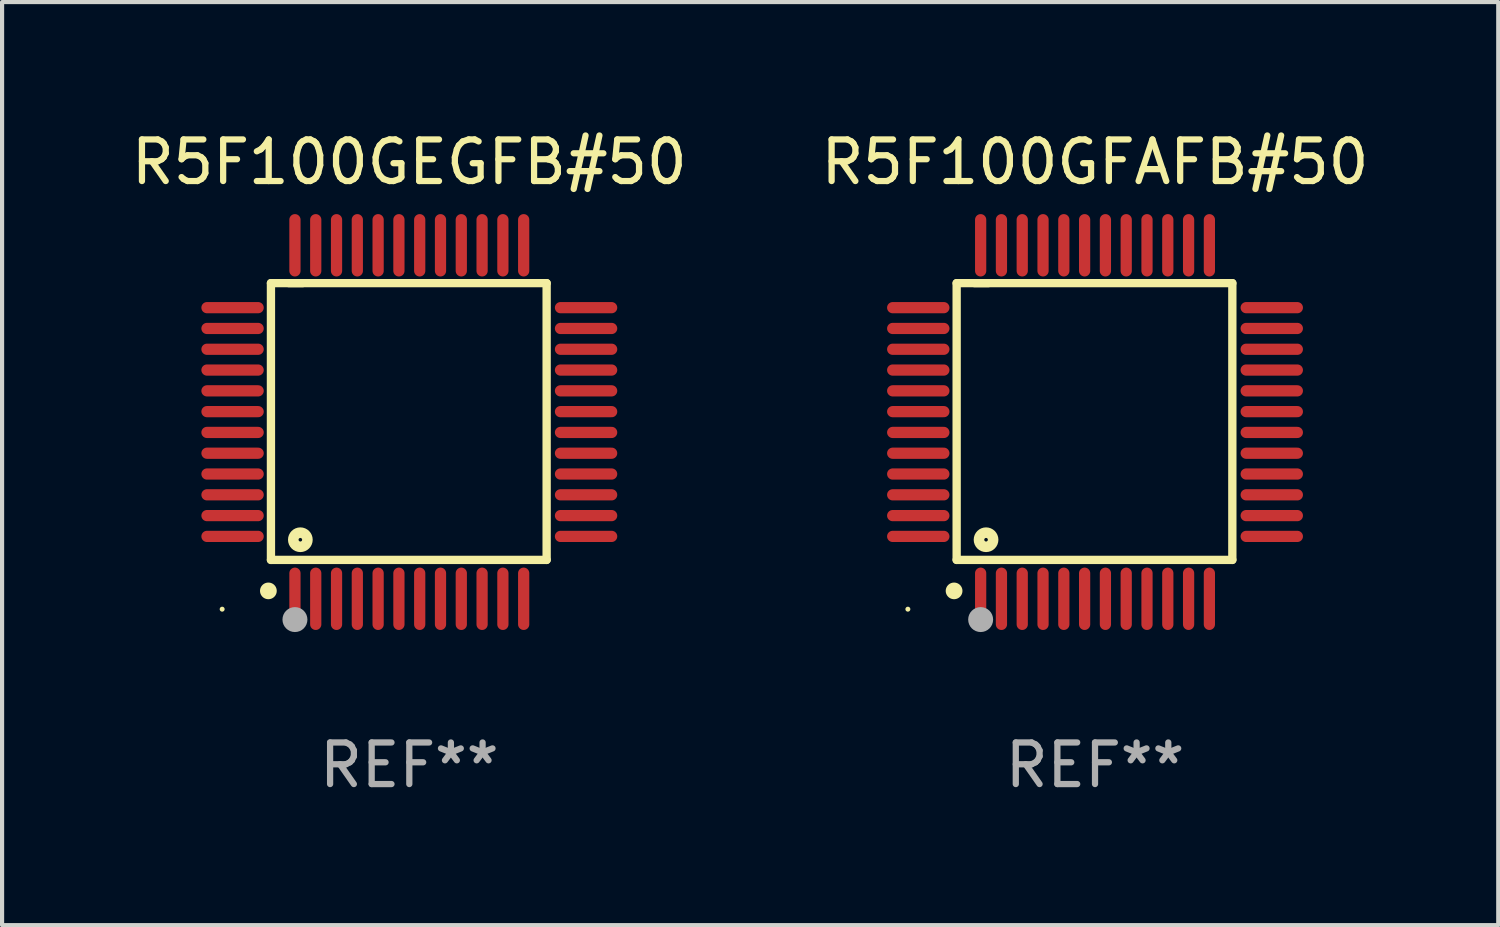
<source format=kicad_pcb>
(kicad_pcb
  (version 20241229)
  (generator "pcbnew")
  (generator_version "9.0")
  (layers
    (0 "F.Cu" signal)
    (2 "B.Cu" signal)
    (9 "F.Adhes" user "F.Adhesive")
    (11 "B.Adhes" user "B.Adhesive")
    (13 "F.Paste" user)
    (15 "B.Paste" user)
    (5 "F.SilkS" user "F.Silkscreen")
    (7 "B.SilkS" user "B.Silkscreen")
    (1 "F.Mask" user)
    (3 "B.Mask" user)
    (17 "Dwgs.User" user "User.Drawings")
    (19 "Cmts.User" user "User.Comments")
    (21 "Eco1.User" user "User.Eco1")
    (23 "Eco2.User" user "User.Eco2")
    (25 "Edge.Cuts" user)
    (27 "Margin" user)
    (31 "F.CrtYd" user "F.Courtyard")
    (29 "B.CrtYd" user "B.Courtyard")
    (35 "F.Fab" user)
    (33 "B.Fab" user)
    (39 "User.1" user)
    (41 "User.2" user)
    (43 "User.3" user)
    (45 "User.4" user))
  (footprint "R5F100GEGFB#50"
    (layer "F.Cu")
    (at 6.792 7.098)
    (property "Reference" "R5F100GEGFB#50" (at 0 -6.25 0) (layer "F.SilkS") (effects (font (size 1 1) (thickness 0.15))))
    (attr through_hole)
    (fp_line (start -3.327 -3.34) (end -2.565 -3.34) (stroke (width 0.2) (type solid)) (layer "F.SilkS"))
    (fp_line (start -3.327 3.315) (end -3.327 -3.34) (stroke (width 0.2) (type solid)) (layer "F.SilkS"))
    (fp_line (start -2.896 -3.34) (end 3.302 -3.34) (stroke (width 0.2) (type solid)) (layer "F.SilkS"))
    (fp_line (start 3.302 -3.34) (end 3.302 3.315) (stroke (width 0.2) (type solid)) (layer "F.SilkS"))
    (fp_line (start 3.302 3.315) (end -3.327 3.315) (stroke (width 0.2) (type solid)) (layer "F.SilkS"))
    (fp_arc (start -3.389992 4.059995) (mid -3.388722 4.059991) (end -3.387452 4.059995) (stroke (width 0.4) (type solid)) (layer "F.SilkS"))
    (fp_circle (center -4.5 4.5) (end -4.47 4.5) (stroke (width 0.06) (type solid)) (fill no) (layer "F.SilkS"))
    (fp_circle (center -2.62 2.83) (end -2.45 2.83) (stroke (width 0.254) (type solid)) (fill no) (layer "F.SilkS"))
    (fp_circle (center -2.75 4.75) (end -2.6 4.75) (stroke (width 0.3) (type solid)) (fill no) (layer "F.Fab"))
    (fp_text user "REF**" (at 0 8.25 0) (layer "F.Fab") (effects (font (size 1 1) (thickness 0.15))))
    (pad "1" smd oval (at -2.75 4.25) (size 0.27 1.5) (layers "F.Cu" "F.Mask" "F.Paste"))
    (pad "2" smd oval (at -2.25 4.25) (size 0.27 1.5) (layers "F.Cu" "F.Mask" "F.Paste"))
    (pad "3" smd oval (at -1.75 4.25) (size 0.27 1.5) (layers "F.Cu" "F.Mask" "F.Paste"))
    (pad "4" smd oval (at -1.25 4.25) (size 0.27 1.5) (layers "F.Cu" "F.Mask" "F.Paste"))
    (pad "5" smd oval (at -0.75 4.25) (size 0.27 1.5) (layers "F.Cu" "F.Mask" "F.Paste"))
    (pad "6" smd oval (at -0.25 4.25) (size 0.27 1.5) (layers "F.Cu" "F.Mask" "F.Paste"))
    (pad "7" smd oval (at 0.25 4.25) (size 0.27 1.5) (layers "F.Cu" "F.Mask" "F.Paste"))
    (pad "8" smd oval (at 0.75 4.25) (size 0.27 1.5) (layers "F.Cu" "F.Mask" "F.Paste"))
    (pad "9" smd oval (at 1.25 4.25) (size 0.27 1.5) (layers "F.Cu" "F.Mask" "F.Paste"))
    (pad "10" smd oval (at 1.75 4.25) (size 0.27 1.5) (layers "F.Cu" "F.Mask" "F.Paste"))
    (pad "11" smd oval (at 2.25 4.25) (size 0.27 1.5) (layers "F.Cu" "F.Mask" "F.Paste"))
    (pad "12" smd oval (at 2.75 4.25) (size 0.27 1.5) (layers "F.Cu" "F.Mask" "F.Paste"))
    (pad "13" smd oval (at 4.25 2.75) (size 1.5 0.27) (layers "F.Cu" "F.Mask" "F.Paste"))
    (pad "14" smd oval (at 4.25 2.25) (size 1.5 0.27) (layers "F.Cu" "F.Mask" "F.Paste"))
    (pad "15" smd oval (at 4.25 1.75) (size 1.5 0.27) (layers "F.Cu" "F.Mask" "F.Paste"))
    (pad "16" smd oval (at 4.25 1.25) (size 1.5 0.27) (layers "F.Cu" "F.Mask" "F.Paste"))
    (pad "17" smd oval (at 4.25 0.75) (size 1.5 0.27) (layers "F.Cu" "F.Mask" "F.Paste"))
    (pad "18" smd oval (at 4.25 0.25) (size 1.5 0.27) (layers "F.Cu" "F.Mask" "F.Paste"))
    (pad "19" smd oval (at 4.25 -0.25) (size 1.5 0.27) (layers "F.Cu" "F.Mask" "F.Paste"))
    (pad "20" smd oval (at 4.25 -0.75) (size 1.5 0.27) (layers "F.Cu" "F.Mask" "F.Paste"))
    (pad "21" smd oval (at 4.25 -1.25) (size 1.5 0.27) (layers "F.Cu" "F.Mask" "F.Paste"))
    (pad "22" smd oval (at 4.25 -1.75) (size 1.5 0.27) (layers "F.Cu" "F.Mask" "F.Paste"))
    (pad "23" smd oval (at 4.25 -2.25) (size 1.5 0.27) (layers "F.Cu" "F.Mask" "F.Paste"))
    (pad "24" smd oval (at 4.25 -2.75) (size 1.5 0.27) (layers "F.Cu" "F.Mask" "F.Paste"))
    (pad "25" smd oval (at 2.75 -4.25) (size 0.27 1.5) (layers "F.Cu" "F.Mask" "F.Paste"))
    (pad "26" smd oval (at 2.25 -4.25) (size 0.27 1.5) (layers "F.Cu" "F.Mask" "F.Paste"))
    (pad "27" smd oval (at 1.75 -4.25) (size 0.27 1.5) (layers "F.Cu" "F.Mask" "F.Paste"))
    (pad "28" smd oval (at 1.25 -4.25) (size 0.27 1.5) (layers "F.Cu" "F.Mask" "F.Paste"))
    (pad "29" smd oval (at 0.75 -4.25) (size 0.27 1.5) (layers "F.Cu" "F.Mask" "F.Paste"))
    (pad "30" smd oval (at 0.25 -4.25) (size 0.27 1.5) (layers "F.Cu" "F.Mask" "F.Paste"))
    (pad "31" smd oval (at -0.25 -4.25) (size 0.27 1.5) (layers "F.Cu" "F.Mask" "F.Paste"))
    (pad "32" smd oval (at -0.75 -4.25) (size 0.27 1.5) (layers "F.Cu" "F.Mask" "F.Paste"))
    (pad "33" smd oval (at -1.25 -4.25) (size 0.27 1.5) (layers "F.Cu" "F.Mask" "F.Paste"))
    (pad "34" smd oval (at -1.75 -4.25) (size 0.27 1.5) (layers "F.Cu" "F.Mask" "F.Paste"))
    (pad "35" smd oval (at -2.25 -4.25) (size 0.27 1.5) (layers "F.Cu" "F.Mask" "F.Paste"))
    (pad "36" smd oval (at -2.75 -4.25) (size 0.27 1.5) (layers "F.Cu" "F.Mask" "F.Paste"))
    (pad "37" smd oval (at -4.25 -2.75) (size 1.5 0.27) (layers "F.Cu" "F.Mask" "F.Paste"))
    (pad "38" smd oval (at -4.25 -2.25) (size 1.5 0.27) (layers "F.Cu" "F.Mask" "F.Paste"))
    (pad "39" smd oval (at -4.25 -1.75) (size 1.5 0.27) (layers "F.Cu" "F.Mask" "F.Paste"))
    (pad "40" smd oval (at -4.25 -1.25) (size 1.5 0.27) (layers "F.Cu" "F.Mask" "F.Paste"))
    (pad "41" smd oval (at -4.25 -0.75) (size 1.5 0.27) (layers "F.Cu" "F.Mask" "F.Paste"))
    (pad "42" smd oval (at -4.25 -0.25) (size 1.5 0.27) (layers "F.Cu" "F.Mask" "F.Paste"))
    (pad "43" smd oval (at -4.25 0.25) (size 1.5 0.27) (layers "F.Cu" "F.Mask" "F.Paste"))
    (pad "44" smd oval (at -4.25 0.75) (size 1.5 0.27) (layers "F.Cu" "F.Mask" "F.Paste"))
    (pad "45" smd oval (at -4.25 1.25) (size 1.5 0.27) (layers "F.Cu" "F.Mask" "F.Paste"))
    (pad "46" smd oval (at -4.25 1.75) (size 1.5 0.27) (layers "F.Cu" "F.Mask" "F.Paste"))
    (pad "47" smd oval (at -4.25 2.25) (size 1.5 0.27) (layers "F.Cu" "F.Mask" "F.Paste"))
    (pad "48" smd oval (at -4.25 2.75) (size 1.5 0.27) (layers "F.Cu" "F.Mask" "F.Paste")))
  (footprint "R5F100GFAFB#50"
    (layer "F.Cu")
    (at 23.28 7.098)
    (property "Reference" "R5F100GFAFB#50" (at 0 -6.25 0) (layer "F.SilkS") (effects (font (size 1 1) (thickness 0.15))))
    (attr through_hole)
    (fp_line (start -3.327 -3.34) (end -2.565 -3.34) (stroke (width 0.2) (type solid)) (layer "F.SilkS"))
    (fp_line (start -3.327 3.315) (end -3.327 -3.34) (stroke (width 0.2) (type solid)) (layer "F.SilkS"))
    (fp_line (start -2.896 -3.34) (end 3.302 -3.34) (stroke (width 0.2) (type solid)) (layer "F.SilkS"))
    (fp_line (start 3.302 -3.34) (end 3.302 3.315) (stroke (width 0.2) (type solid)) (layer "F.SilkS"))
    (fp_line (start 3.302 3.315) (end -3.327 3.315) (stroke (width 0.2) (type solid)) (layer "F.SilkS"))
    (fp_arc (start -3.389992 4.059995) (mid -3.388722 4.059991) (end -3.387452 4.059995) (stroke (width 0.4) (type solid)) (layer "F.SilkS"))
    (fp_circle (center -4.5 4.5) (end -4.47 4.5) (stroke (width 0.06) (type solid)) (fill no) (layer "F.SilkS"))
    (fp_circle (center -2.62 2.83) (end -2.45 2.83) (stroke (width 0.254) (type solid)) (fill no) (layer "F.SilkS"))
    (fp_circle (center -2.75 4.75) (end -2.6 4.75) (stroke (width 0.3) (type solid)) (fill no) (layer "F.Fab"))
    (fp_text user "REF**" (at 0 8.25 0) (layer "F.Fab") (effects (font (size 1 1) (thickness 0.15))))
    (pad "1" smd oval (at -2.75 4.25) (size 0.27 1.5) (layers "F.Cu" "F.Mask" "F.Paste"))
    (pad "2" smd oval (at -2.25 4.25) (size 0.27 1.5) (layers "F.Cu" "F.Mask" "F.Paste"))
    (pad "3" smd oval (at -1.75 4.25) (size 0.27 1.5) (layers "F.Cu" "F.Mask" "F.Paste"))
    (pad "4" smd oval (at -1.25 4.25) (size 0.27 1.5) (layers "F.Cu" "F.Mask" "F.Paste"))
    (pad "5" smd oval (at -0.75 4.25) (size 0.27 1.5) (layers "F.Cu" "F.Mask" "F.Paste"))
    (pad "6" smd oval (at -0.25 4.25) (size 0.27 1.5) (layers "F.Cu" "F.Mask" "F.Paste"))
    (pad "7" smd oval (at 0.25 4.25) (size 0.27 1.5) (layers "F.Cu" "F.Mask" "F.Paste"))
    (pad "8" smd oval (at 0.75 4.25) (size 0.27 1.5) (layers "F.Cu" "F.Mask" "F.Paste"))
    (pad "9" smd oval (at 1.25 4.25) (size 0.27 1.5) (layers "F.Cu" "F.Mask" "F.Paste"))
    (pad "10" smd oval (at 1.75 4.25) (size 0.27 1.5) (layers "F.Cu" "F.Mask" "F.Paste"))
    (pad "11" smd oval (at 2.25 4.25) (size 0.27 1.5) (layers "F.Cu" "F.Mask" "F.Paste"))
    (pad "12" smd oval (at 2.75 4.25) (size 0.27 1.5) (layers "F.Cu" "F.Mask" "F.Paste"))
    (pad "13" smd oval (at 4.25 2.75) (size 1.5 0.27) (layers "F.Cu" "F.Mask" "F.Paste"))
    (pad "14" smd oval (at 4.25 2.25) (size 1.5 0.27) (layers "F.Cu" "F.Mask" "F.Paste"))
    (pad "15" smd oval (at 4.25 1.75) (size 1.5 0.27) (layers "F.Cu" "F.Mask" "F.Paste"))
    (pad "16" smd oval (at 4.25 1.25) (size 1.5 0.27) (layers "F.Cu" "F.Mask" "F.Paste"))
    (pad "17" smd oval (at 4.25 0.75) (size 1.5 0.27) (layers "F.Cu" "F.Mask" "F.Paste"))
    (pad "18" smd oval (at 4.25 0.25) (size 1.5 0.27) (layers "F.Cu" "F.Mask" "F.Paste"))
    (pad "19" smd oval (at 4.25 -0.25) (size 1.5 0.27) (layers "F.Cu" "F.Mask" "F.Paste"))
    (pad "20" smd oval (at 4.25 -0.75) (size 1.5 0.27) (layers "F.Cu" "F.Mask" "F.Paste"))
    (pad "21" smd oval (at 4.25 -1.25) (size 1.5 0.27) (layers "F.Cu" "F.Mask" "F.Paste"))
    (pad "22" smd oval (at 4.25 -1.75) (size 1.5 0.27) (layers "F.Cu" "F.Mask" "F.Paste"))
    (pad "23" smd oval (at 4.25 -2.25) (size 1.5 0.27) (layers "F.Cu" "F.Mask" "F.Paste"))
    (pad "24" smd oval (at 4.25 -2.75) (size 1.5 0.27) (layers "F.Cu" "F.Mask" "F.Paste"))
    (pad "25" smd oval (at 2.75 -4.25) (size 0.27 1.5) (layers "F.Cu" "F.Mask" "F.Paste"))
    (pad "26" smd oval (at 2.25 -4.25) (size 0.27 1.5) (layers "F.Cu" "F.Mask" "F.Paste"))
    (pad "27" smd oval (at 1.75 -4.25) (size 0.27 1.5) (layers "F.Cu" "F.Mask" "F.Paste"))
    (pad "28" smd oval (at 1.25 -4.25) (size 0.27 1.5) (layers "F.Cu" "F.Mask" "F.Paste"))
    (pad "29" smd oval (at 0.75 -4.25) (size 0.27 1.5) (layers "F.Cu" "F.Mask" "F.Paste"))
    (pad "30" smd oval (at 0.25 -4.25) (size 0.27 1.5) (layers "F.Cu" "F.Mask" "F.Paste"))
    (pad "31" smd oval (at -0.25 -4.25) (size 0.27 1.5) (layers "F.Cu" "F.Mask" "F.Paste"))
    (pad "32" smd oval (at -0.75 -4.25) (size 0.27 1.5) (layers "F.Cu" "F.Mask" "F.Paste"))
    (pad "33" smd oval (at -1.25 -4.25) (size 0.27 1.5) (layers "F.Cu" "F.Mask" "F.Paste"))
    (pad "34" smd oval (at -1.75 -4.25) (size 0.27 1.5) (layers "F.Cu" "F.Mask" "F.Paste"))
    (pad "35" smd oval (at -2.25 -4.25) (size 0.27 1.5) (layers "F.Cu" "F.Mask" "F.Paste"))
    (pad "36" smd oval (at -2.75 -4.25) (size 0.27 1.5) (layers "F.Cu" "F.Mask" "F.Paste"))
    (pad "37" smd oval (at -4.25 -2.75) (size 1.5 0.27) (layers "F.Cu" "F.Mask" "F.Paste"))
    (pad "38" smd oval (at -4.25 -2.25) (size 1.5 0.27) (layers "F.Cu" "F.Mask" "F.Paste"))
    (pad "39" smd oval (at -4.25 -1.75) (size 1.5 0.27) (layers "F.Cu" "F.Mask" "F.Paste"))
    (pad "40" smd oval (at -4.25 -1.25) (size 1.5 0.27) (layers "F.Cu" "F.Mask" "F.Paste"))
    (pad "41" smd oval (at -4.25 -0.75) (size 1.5 0.27) (layers "F.Cu" "F.Mask" "F.Paste"))
    (pad "42" smd oval (at -4.25 -0.25) (size 1.5 0.27) (layers "F.Cu" "F.Mask" "F.Paste"))
    (pad "43" smd oval (at -4.25 0.25) (size 1.5 0.27) (layers "F.Cu" "F.Mask" "F.Paste"))
    (pad "44" smd oval (at -4.25 0.75) (size 1.5 0.27) (layers "F.Cu" "F.Mask" "F.Paste"))
    (pad "45" smd oval (at -4.25 1.25) (size 1.5 0.27) (layers "F.Cu" "F.Mask" "F.Paste"))
    (pad "46" smd oval (at -4.25 1.75) (size 1.5 0.27) (layers "F.Cu" "F.Mask" "F.Paste"))
    (pad "47" smd oval (at -4.25 2.25) (size 1.5 0.27) (layers "F.Cu" "F.Mask" "F.Paste"))
    (pad "48" smd oval (at -4.25 2.75) (size 1.5 0.27) (layers "F.Cu" "F.Mask" "F.Paste")))
  (gr_rect
    (start -3 -3)
    (end 32.976 19.196)
    (stroke (width 0.1) (type default))
    (fill no)
    (layer "Edge.Cuts")))
</source>
